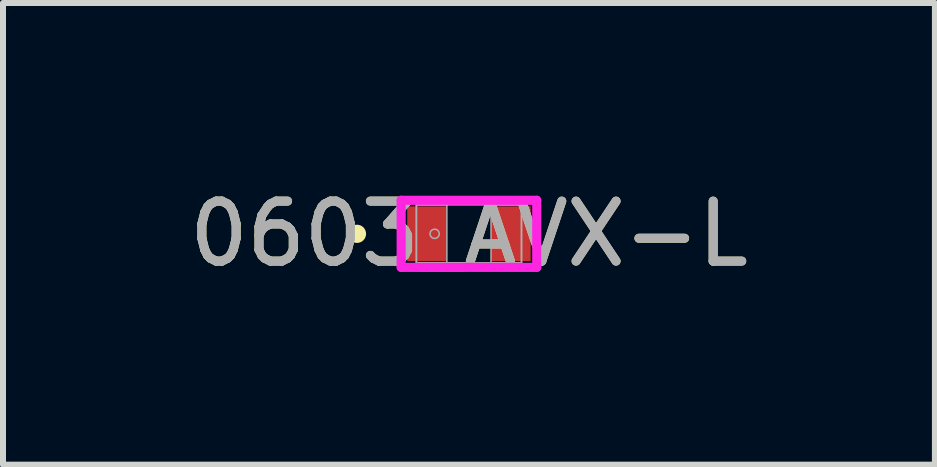
<source format=kicad_pcb>
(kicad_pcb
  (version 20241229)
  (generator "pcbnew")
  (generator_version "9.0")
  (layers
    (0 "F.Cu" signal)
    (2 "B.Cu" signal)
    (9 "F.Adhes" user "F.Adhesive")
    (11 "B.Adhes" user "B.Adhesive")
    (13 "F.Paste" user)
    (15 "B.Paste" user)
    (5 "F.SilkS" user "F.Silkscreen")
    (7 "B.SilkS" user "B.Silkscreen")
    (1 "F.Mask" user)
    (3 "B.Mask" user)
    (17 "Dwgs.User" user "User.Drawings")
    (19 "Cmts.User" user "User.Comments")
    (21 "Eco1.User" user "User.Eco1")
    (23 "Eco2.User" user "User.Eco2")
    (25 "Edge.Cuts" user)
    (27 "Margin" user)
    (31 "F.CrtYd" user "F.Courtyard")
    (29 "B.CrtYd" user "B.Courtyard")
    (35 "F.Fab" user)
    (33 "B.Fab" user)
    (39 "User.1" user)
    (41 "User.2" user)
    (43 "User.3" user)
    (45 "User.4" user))
  (footprint "0603_AVX-L"
    (layer "F.Cu")
    (at 4.768 0.848)
    (property "Reference" "0603_AVX-L" (at 0 0 0) (unlocked yes) (layer "F.SilkS") (effects (font (size 1 1) (thickness 0.15))))
    (attr smd)
    (fp_circle (center -1.867 0) (end -1.791 0) (stroke (width 0.152) (type solid)) (fill no) (layer "F.SilkS"))
    (fp_line (start -1.13 -0.559) (end 1.13 -0.559) (stroke (width 0.152) (type solid)) (layer "F.CrtYd"))
    (fp_line (start -1.13 0.559) (end -1.13 -0.559) (stroke (width 0.152) (type solid)) (layer "F.CrtYd"))
    (fp_line (start 1.13 -0.559) (end 1.13 0.559) (stroke (width 0.152) (type solid)) (layer "F.CrtYd"))
    (fp_line (start 1.13 0.559) (end -1.13 0.559) (stroke (width 0.152) (type solid)) (layer "F.CrtYd"))
    (fp_line (start -0.876 -0.483) (end -0.876 0.483) (stroke (width 0.025) (type solid)) (layer "F.Fab"))
    (fp_line (start -0.876 -0.483) (end -0.876 0.483) (stroke (width 0.025) (type solid)) (layer "F.Fab"))
    (fp_line (start -0.876 0.483) (end -0.368 0.483) (stroke (width 0.025) (type solid)) (layer "F.Fab"))
    (fp_line (start -0.876 0.483) (end 0.876 0.483) (stroke (width 0.025) (type solid)) (layer "F.Fab"))
    (fp_line (start -0.368 -0.483) (end -0.876 -0.483) (stroke (width 0.025) (type solid)) (layer "F.Fab"))
    (fp_line (start -0.368 0.483) (end -0.368 -0.483) (stroke (width 0.025) (type solid)) (layer "F.Fab"))
    (fp_line (start 0.368 -0.483) (end 0.368 0.483) (stroke (width 0.025) (type solid)) (layer "F.Fab"))
    (fp_line (start 0.368 0.483) (end 0.876 0.483) (stroke (width 0.025) (type solid)) (layer "F.Fab"))
    (fp_line (start 0.876 -0.483) (end -0.876 -0.483) (stroke (width 0.025) (type solid)) (layer "F.Fab"))
    (fp_line (start 0.876 -0.483) (end 0.368 -0.483) (stroke (width 0.025) (type solid)) (layer "F.Fab"))
    (fp_line (start 0.876 0.483) (end 0.876 -0.483) (stroke (width 0.025) (type solid)) (layer "F.Fab"))
    (fp_line (start 0.876 0.483) (end 0.876 -0.483) (stroke (width 0.025) (type solid)) (layer "F.Fab"))
    (fp_circle (center -0.572 0) (end -0.495 0) (stroke (width 0.025) (type solid)) (fill no) (layer "F.Fab"))
    (fp_text user "${REFERENCE}" (at 0 0 0) (unlocked yes) (layer "F.Fab") (effects (font (size 1 1) (thickness 0.15))))
    (pad "1" smd rect (at -0.699 0) (size 0.66 0.914) (layers "F.Cu" "F.Mask" "F.Paste"))
    (pad "2" smd rect (at 0.699 0) (size 0.66 0.914) (layers "F.Cu" "F.Mask" "F.Paste"))
    (zone (net_name "") (layer "F.Cu") (hatch full 0.508) (connect_pads) (min_thickness 0.254) (filled_areas_thickness no) (keepout (tracks not_allowed) (vias not_allowed) (pads allowed) (copperpour not_allowed) (footprints allowed)) (placement (enabled no)) (fill) (polygon (pts (xy 4.45 0.416) (xy 5.085 0.416) (xy 5.085 1.28) (xy 4.45 1.28)))))
  (gr_rect
    (start -3 -3)
    (end 12.536 4.697)
    (stroke (width 0.1) (type default))
    (fill no)
    (layer "Edge.Cuts")))
</source>
